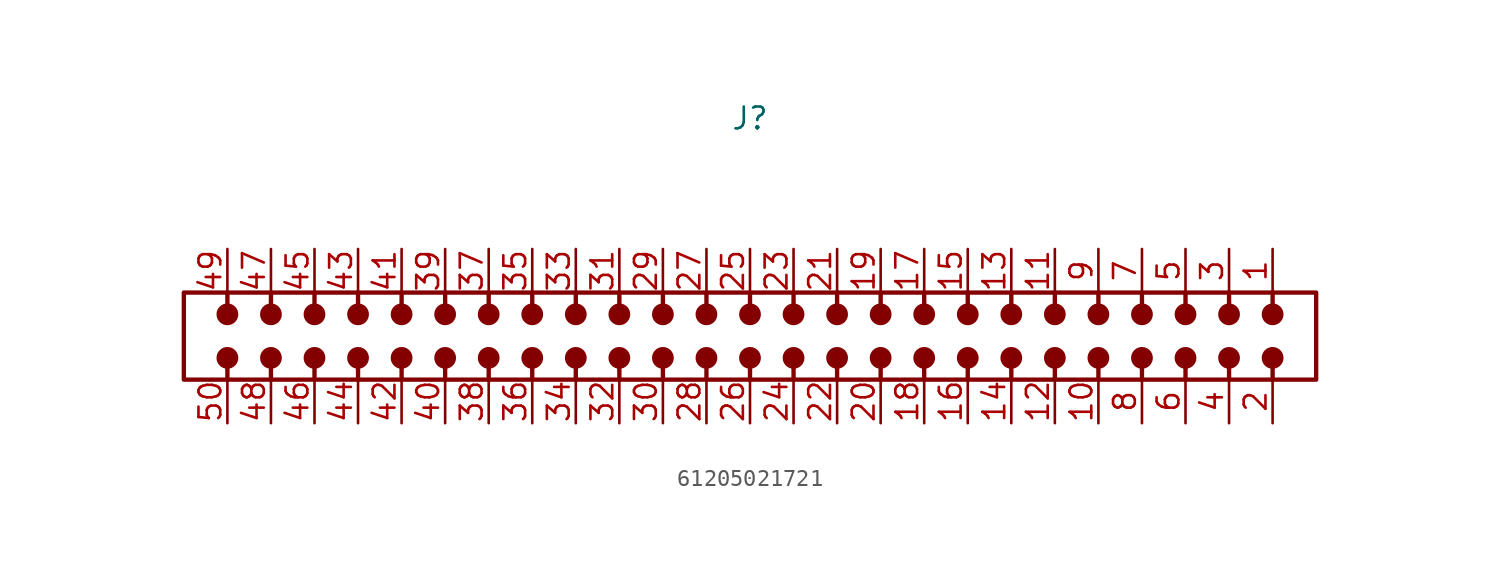
<source format=kicad_sym>
(kicad_symbol_lib
  (version 20241209)
  (generator "kicad_symbol_editor")
  (generator_version "9.0")
  (symbol "61205021721"
    (pin_names
      (hide yes))
    (property "Reference" "J"
      (at 0 12.7 0)
      (effects (font (size 1.27 1.27))))
    (symbol "61205021721_1_1"
      (polyline (pts (xy -30.48 1.778) (xy -30.48 2.54)) (stroke (width 0.254) (type solid)) (fill (type none)))
      (circle (center -30.48 1.27) (radius 0.508) (stroke (width 0.254) (type solid)) (fill (type outline)))
      (circle (center -30.48 -1.27) (radius 0.508) (stroke (width 0.254) (type solid)) (fill (type outline)))
      (polyline (pts (xy -30.48 -1.778) (xy -30.48 -2.54)) (stroke (width 0.254) (type solid)) (fill (type none)))
      (polyline (pts (xy -27.94 1.778) (xy -27.94 2.54)) (stroke (width 0.254) (type solid)) (fill (type none)))
      (circle (center -27.94 1.27) (radius 0.508) (stroke (width 0.254) (type solid)) (fill (type outline)))
      (circle (center -27.94 -1.27) (radius 0.508) (stroke (width 0.254) (type solid)) (fill (type outline)))
      (polyline (pts (xy -27.94 -1.778) (xy -27.94 -2.54)) (stroke (width 0.254) (type solid)) (fill (type none)))
      (polyline (pts (xy -25.4 1.778) (xy -25.4 2.54)) (stroke (width 0.254) (type solid)) (fill (type none)))
      (circle (center -25.4 1.27) (radius 0.508) (stroke (width 0.254) (type solid)) (fill (type outline)))
      (circle (center -25.4 -1.27) (radius 0.508) (stroke (width 0.254) (type solid)) (fill (type outline)))
      (polyline (pts (xy -25.4 -1.778) (xy -25.4 -2.54)) (stroke (width 0.254) (type solid)) (fill (type none)))
      (polyline (pts (xy -22.86 1.778) (xy -22.86 2.54)) (stroke (width 0.254) (type solid)) (fill (type none)))
      (circle (center -22.86 1.27) (radius 0.508) (stroke (width 0.254) (type solid)) (fill (type outline)))
      (circle (center -22.86 -1.27) (radius 0.508) (stroke (width 0.254) (type solid)) (fill (type outline)))
      (polyline (pts (xy -22.86 -1.778) (xy -22.86 -2.54)) (stroke (width 0.254) (type solid)) (fill (type none)))
      (polyline (pts (xy -20.32 1.778) (xy -20.32 2.54)) (stroke (width 0.254) (type solid)) (fill (type none)))
      (circle (center -20.32 1.27) (radius 0.508) (stroke (width 0.254) (type solid)) (fill (type outline)))
      (circle (center -20.32 -1.27) (radius 0.508) (stroke (width 0.254) (type solid)) (fill (type outline)))
      (polyline (pts (xy -20.32 -1.778) (xy -20.32 -2.54)) (stroke (width 0.254) (type solid)) (fill (type none)))
      (polyline (pts (xy -17.78 1.778) (xy -17.78 2.54)) (stroke (width 0.254) (type solid)) (fill (type none)))
      (circle (center -17.78 1.27) (radius 0.508) (stroke (width 0.254) (type solid)) (fill (type outline)))
      (circle (center -17.78 -1.27) (radius 0.508) (stroke (width 0.254) (type solid)) (fill (type outline)))
      (polyline (pts (xy -17.78 -1.778) (xy -17.78 -2.54)) (stroke (width 0.254) (type solid)) (fill (type none)))
      (polyline (pts (xy -15.24 1.778) (xy -15.24 2.54)) (stroke (width 0.254) (type solid)) (fill (type none)))
      (circle (center -15.24 1.27) (radius 0.508) (stroke (width 0.254) (type solid)) (fill (type outline)))
      (circle (center -15.24 -1.27) (radius 0.508) (stroke (width 0.254) (type solid)) (fill (type outline)))
      (polyline (pts (xy -15.24 -1.778) (xy -15.24 -2.54)) (stroke (width 0.254) (type solid)) (fill (type none)))
      (polyline (pts (xy -12.7 1.778) (xy -12.7 2.54)) (stroke (width 0.254) (type solid)) (fill (type none)))
      (circle (center -12.7 1.27) (radius 0.508) (stroke (width 0.254) (type solid)) (fill (type outline)))
      (circle (center -12.7 -1.27) (radius 0.508) (stroke (width 0.254) (type solid)) (fill (type outline)))
      (polyline (pts (xy -12.7 -1.778) (xy -12.7 -2.54)) (stroke (width 0.254) (type solid)) (fill (type none)))
      (polyline (pts (xy -10.16 1.778) (xy -10.16 2.54)) (stroke (width 0.254) (type solid)) (fill (type none)))
      (circle (center -10.16 1.27) (radius 0.508) (stroke (width 0.254) (type solid)) (fill (type outline)))
      (circle (center -10.16 -1.27) (radius 0.508) (stroke (width 0.254) (type solid)) (fill (type outline)))
      (polyline (pts (xy -10.16 -1.778) (xy -10.16 -2.54)) (stroke (width 0.254) (type solid)) (fill (type none)))
      (polyline (pts (xy -7.62 1.778) (xy -7.62 2.54)) (stroke (width 0.254) (type solid)) (fill (type none)))
      (circle (center -7.62 1.27) (radius 0.508) (stroke (width 0.254) (type solid)) (fill (type outline)))
      (circle (center -7.62 -1.27) (radius 0.508) (stroke (width 0.254) (type solid)) (fill (type outline)))
      (polyline (pts (xy -7.62 -1.778) (xy -7.62 -2.54)) (stroke (width 0.254) (type solid)) (fill (type none)))
      (polyline (pts (xy -5.08 1.778) (xy -5.08 2.54)) (stroke (width 0.254) (type solid)) (fill (type none)))
      (circle (center -5.08 1.27) (radius 0.508) (stroke (width 0.254) (type solid)) (fill (type outline)))
      (circle (center -5.08 -1.27) (radius 0.508) (stroke (width 0.254) (type solid)) (fill (type outline)))
      (polyline (pts (xy -5.08 -1.778) (xy -5.08 -2.54)) (stroke (width 0.254) (type solid)) (fill (type none)))
      (polyline (pts (xy -2.54 1.778) (xy -2.54 2.54)) (stroke (width 0.254) (type solid)) (fill (type none)))
      (circle (center -2.54 1.27) (radius 0.508) (stroke (width 0.254) (type solid)) (fill (type outline)))
      (circle (center -2.54 -1.27) (radius 0.508) (stroke (width 0.254) (type solid)) (fill (type outline)))
      (polyline (pts (xy -2.54 -1.778) (xy -2.54 -2.54)) (stroke (width 0.254) (type solid)) (fill (type none)))
      (polyline (pts (xy 0 1.778) (xy 0 2.54)) (stroke (width 0.254) (type solid)) (fill (type none)))
      (circle (center 0 1.27) (radius 0.508) (stroke (width 0.254) (type solid)) (fill (type outline)))
      (circle (center 0 -1.27) (radius 0.508) (stroke (width 0.254) (type solid)) (fill (type outline)))
      (polyline (pts (xy 0 -1.778) (xy 0 -2.54)) (stroke (width 0.254) (type solid)) (fill (type none)))
      (polyline (pts (xy 2.54 1.778) (xy 2.54 2.54)) (stroke (width 0.254) (type solid)) (fill (type none)))
      (circle (center 2.54 1.27) (radius 0.508) (stroke (width 0.254) (type solid)) (fill (type outline)))
      (circle (center 2.54 -1.27) (radius 0.508) (stroke (width 0.254) (type solid)) (fill (type outline)))
      (polyline (pts (xy 2.54 -1.778) (xy 2.54 -2.54)) (stroke (width 0.254) (type solid)) (fill (type none)))
      (polyline (pts (xy 5.08 1.778) (xy 5.08 2.54)) (stroke (width 0.254) (type solid)) (fill (type none)))
      (circle (center 5.08 1.27) (radius 0.508) (stroke (width 0.254) (type solid)) (fill (type outline)))
      (circle (center 5.08 -1.27) (radius 0.508) (stroke (width 0.254) (type solid)) (fill (type outline)))
      (polyline (pts (xy 5.08 -1.778) (xy 5.08 -2.54)) (stroke (width 0.254) (type solid)) (fill (type none)))
      (polyline (pts (xy 7.62 1.778) (xy 7.62 2.54)) (stroke (width 0.254) (type solid)) (fill (type none)))
      (circle (center 7.62 1.27) (radius 0.508) (stroke (width 0.254) (type solid)) (fill (type outline)))
      (circle (center 7.62 -1.27) (radius 0.508) (stroke (width 0.254) (type solid)) (fill (type outline)))
      (polyline (pts (xy 7.62 -1.778) (xy 7.62 -2.54)) (stroke (width 0.254) (type solid)) (fill (type none)))
      (polyline (pts (xy 10.16 1.778) (xy 10.16 2.54)) (stroke (width 0.254) (type solid)) (fill (type none)))
      (circle (center 10.16 1.27) (radius 0.508) (stroke (width 0.254) (type solid)) (fill (type outline)))
      (circle (center 10.16 -1.27) (radius 0.508) (stroke (width 0.254) (type solid)) (fill (type outline)))
      (polyline (pts (xy 10.16 -1.778) (xy 10.16 -2.54)) (stroke (width 0.254) (type solid)) (fill (type none)))
      (polyline (pts (xy 12.7 1.778) (xy 12.7 2.54)) (stroke (width 0.254) (type solid)) (fill (type none)))
      (circle (center 12.7 1.27) (radius 0.508) (stroke (width 0.254) (type solid)) (fill (type outline)))
      (circle (center 12.7 -1.27) (radius 0.508) (stroke (width 0.254) (type solid)) (fill (type outline)))
      (polyline (pts (xy 12.7 -1.778) (xy 12.7 -2.54)) (stroke (width 0.254) (type solid)) (fill (type none)))
      (polyline (pts (xy 15.24 1.778) (xy 15.24 2.54)) (stroke (width 0.254) (type solid)) (fill (type none)))
      (circle (center 15.24 1.27) (radius 0.508) (stroke (width 0.254) (type solid)) (fill (type outline)))
      (circle (center 15.24 -1.27) (radius 0.508) (stroke (width 0.254) (type solid)) (fill (type outline)))
      (polyline (pts (xy 15.24 -1.778) (xy 15.24 -2.54)) (stroke (width 0.254) (type solid)) (fill (type none)))
      (polyline (pts (xy 17.78 1.778) (xy 17.78 2.54)) (stroke (width 0.254) (type solid)) (fill (type none)))
      (circle (center 17.78 1.27) (radius 0.508) (stroke (width 0.254) (type solid)) (fill (type outline)))
      (circle (center 17.78 -1.27) (radius 0.508) (stroke (width 0.254) (type solid)) (fill (type outline)))
      (polyline (pts (xy 17.78 -1.778) (xy 17.78 -2.54)) (stroke (width 0.254) (type solid)) (fill (type none)))
      (polyline (pts (xy 20.32 1.778) (xy 20.32 2.54)) (stroke (width 0.254) (type solid)) (fill (type none)))
      (circle (center 20.32 1.27) (radius 0.508) (stroke (width 0.254) (type solid)) (fill (type outline)))
      (circle (center 20.32 -1.27) (radius 0.508) (stroke (width 0.254) (type solid)) (fill (type outline)))
      (polyline (pts (xy 20.32 -1.778) (xy 20.32 -2.54)) (stroke (width 0.254) (type solid)) (fill (type none)))
      (polyline (pts (xy 22.86 1.778) (xy 22.86 2.54)) (stroke (width 0.254) (type solid)) (fill (type none)))
      (circle (center 22.86 1.27) (radius 0.508) (stroke (width 0.254) (type solid)) (fill (type outline)))
      (circle (center 22.86 -1.27) (radius 0.508) (stroke (width 0.254) (type solid)) (fill (type outline)))
      (polyline (pts (xy 22.86 -1.778) (xy 22.86 -2.54)) (stroke (width 0.254) (type solid)) (fill (type none)))
      (polyline (pts (xy 25.4 1.778) (xy 25.4 2.54)) (stroke (width 0.254) (type solid)) (fill (type none)))
      (circle (center 25.4 1.27) (radius 0.508) (stroke (width 0.254) (type solid)) (fill (type outline)))
      (circle (center 25.4 -1.27) (radius 0.508) (stroke (width 0.254) (type solid)) (fill (type outline)))
      (polyline (pts (xy 25.4 -1.778) (xy 25.4 -2.54)) (stroke (width 0.254) (type solid)) (fill (type none)))
      (polyline (pts (xy 27.94 1.778) (xy 27.94 2.54)) (stroke (width 0.254) (type solid)) (fill (type none)))
      (circle (center 27.94 1.27) (radius 0.508) (stroke (width 0.254) (type solid)) (fill (type outline)))
      (circle (center 27.94 -1.27) (radius 0.508) (stroke (width 0.254) (type solid)) (fill (type outline)))
      (polyline (pts (xy 27.94 -1.778) (xy 27.94 -2.54)) (stroke (width 0.254) (type solid)) (fill (type none)))
      (polyline (pts (xy 30.48 1.778) (xy 30.48 2.54)) (stroke (width 0.254) (type solid)) (fill (type none)))
      (circle (center 30.48 1.27) (radius 0.508) (stroke (width 0.254) (type solid)) (fill (type outline)))
      (circle (center 30.48 -1.27) (radius 0.508) (stroke (width 0.254) (type solid)) (fill (type outline)))
      (polyline (pts (xy 30.48 -1.778) (xy 30.48 -2.54)) (stroke (width 0.254) (type solid)) (fill (type none)))
      (rectangle (start 33.02 -2.54) (end -33.02 2.54) (stroke (width 0.254) (type solid)) (fill (type none)))
      (pin passive line (at -30.48 5.08 270) (length 2.54) (name "49" (effects (font (size 1.27 1.27)))) (number "49" (effects (font (size 1.27 1.27)))))
      (pin passive line (at -30.48 -5.08 90) (length 2.54) (name "50" (effects (font (size 1.27 1.27)))) (number "50" (effects (font (size 1.27 1.27)))))
      (pin passive line (at -27.94 5.08 270) (length 2.54) (name "47" (effects (font (size 1.27 1.27)))) (number "47" (effects (font (size 1.27 1.27)))))
      (pin passive line (at -27.94 -5.08 90) (length 2.54) (name "48" (effects (font (size 1.27 1.27)))) (number "48" (effects (font (size 1.27 1.27)))))
      (pin passive line (at -25.4 5.08 270) (length 2.54) (name "45" (effects (font (size 1.27 1.27)))) (number "45" (effects (font (size 1.27 1.27)))))
      (pin passive line (at -25.4 -5.08 90) (length 2.54) (name "46" (effects (font (size 1.27 1.27)))) (number "46" (effects (font (size 1.27 1.27)))))
      (pin passive line (at -22.86 5.08 270) (length 2.54) (name "43" (effects (font (size 1.27 1.27)))) (number "43" (effects (font (size 1.27 1.27)))))
      (pin passive line (at -22.86 -5.08 90) (length 2.54) (name "44" (effects (font (size 1.27 1.27)))) (number "44" (effects (font (size 1.27 1.27)))))
      (pin passive line (at -20.32 5.08 270) (length 2.54) (name "41" (effects (font (size 1.27 1.27)))) (number "41" (effects (font (size 1.27 1.27)))))
      (pin passive line (at -20.32 -5.08 90) (length 2.54) (name "42" (effects (font (size 1.27 1.27)))) (number "42" (effects (font (size 1.27 1.27)))))
      (pin passive line (at -17.78 5.08 270) (length 2.54) (name "39" (effects (font (size 1.27 1.27)))) (number "39" (effects (font (size 1.27 1.27)))))
      (pin passive line (at -17.78 -5.08 90) (length 2.54) (name "40" (effects (font (size 1.27 1.27)))) (number "40" (effects (font (size 1.27 1.27)))))
      (pin passive line (at -15.24 5.08 270) (length 2.54) (name "37" (effects (font (size 1.27 1.27)))) (number "37" (effects (font (size 1.27 1.27)))))
      (pin passive line (at -15.24 -5.08 90) (length 2.54) (name "38" (effects (font (size 1.27 1.27)))) (number "38" (effects (font (size 1.27 1.27)))))
      (pin passive line (at -12.7 5.08 270) (length 2.54) (name "35" (effects (font (size 1.27 1.27)))) (number "35" (effects (font (size 1.27 1.27)))))
      (pin passive line (at -12.7 -5.08 90) (length 2.54) (name "36" (effects (font (size 1.27 1.27)))) (number "36" (effects (font (size 1.27 1.27)))))
      (pin passive line (at -10.16 5.08 270) (length 2.54) (name "33" (effects (font (size 1.27 1.27)))) (number "33" (effects (font (size 1.27 1.27)))))
      (pin passive line (at -10.16 -5.08 90) (length 2.54) (name "34" (effects (font (size 1.27 1.27)))) (number "34" (effects (font (size 1.27 1.27)))))
      (pin passive line (at -7.62 5.08 270) (length 2.54) (name "31" (effects (font (size 1.27 1.27)))) (number "31" (effects (font (size 1.27 1.27)))))
      (pin passive line (at -7.62 -5.08 90) (length 2.54) (name "32" (effects (font (size 1.27 1.27)))) (number "32" (effects (font (size 1.27 1.27)))))
      (pin passive line (at -5.08 5.08 270) (length 2.54) (name "29" (effects (font (size 1.27 1.27)))) (number "29" (effects (font (size 1.27 1.27)))))
      (pin passive line (at -5.08 -5.08 90) (length 2.54) (name "30" (effects (font (size 1.27 1.27)))) (number "30" (effects (font (size 1.27 1.27)))))
      (pin passive line (at -2.54 5.08 270) (length 2.54) (name "27" (effects (font (size 1.27 1.27)))) (number "27" (effects (font (size 1.27 1.27)))))
      (pin passive line (at -2.54 -5.08 90) (length 2.54) (name "28" (effects (font (size 1.27 1.27)))) (number "28" (effects (font (size 1.27 1.27)))))
      (pin passive line (at 0 5.08 270) (length 2.54) (name "25" (effects (font (size 1.27 1.27)))) (number "25" (effects (font (size 1.27 1.27)))))
      (pin passive line (at 0 -5.08 90) (length 2.54) (name "26" (effects (font (size 1.27 1.27)))) (number "26" (effects (font (size 1.27 1.27)))))
      (pin passive line (at 2.54 5.08 270) (length 2.54) (name "23" (effects (font (size 1.27 1.27)))) (number "23" (effects (font (size 1.27 1.27)))))
      (pin passive line (at 2.54 -5.08 90) (length 2.54) (name "24" (effects (font (size 1.27 1.27)))) (number "24" (effects (font (size 1.27 1.27)))))
      (pin passive line (at 5.08 5.08 270) (length 2.54) (name "21" (effects (font (size 1.27 1.27)))) (number "21" (effects (font (size 1.27 1.27)))))
      (pin passive line (at 5.08 -5.08 90) (length 2.54) (name "22" (effects (font (size 1.27 1.27)))) (number "22" (effects (font (size 1.27 1.27)))))
      (pin passive line (at 7.62 5.08 270) (length 2.54) (name "19" (effects (font (size 1.27 1.27)))) (number "19" (effects (font (size 1.27 1.27)))))
      (pin passive line (at 7.62 -5.08 90) (length 2.54) (name "20" (effects (font (size 1.27 1.27)))) (number "20" (effects (font (size 1.27 1.27)))))
      (pin passive line (at 10.16 5.08 270) (length 2.54) (name "17" (effects (font (size 1.27 1.27)))) (number "17" (effects (font (size 1.27 1.27)))))
      (pin passive line (at 10.16 -5.08 90) (length 2.54) (name "18" (effects (font (size 1.27 1.27)))) (number "18" (effects (font (size 1.27 1.27)))))
      (pin passive line (at 12.7 5.08 270) (length 2.54) (name "15" (effects (font (size 1.27 1.27)))) (number "15" (effects (font (size 1.27 1.27)))))
      (pin passive line (at 12.7 -5.08 90) (length 2.54) (name "16" (effects (font (size 1.27 1.27)))) (number "16" (effects (font (size 1.27 1.27)))))
      (pin passive line (at 15.24 5.08 270) (length 2.54) (name "13" (effects (font (size 1.27 1.27)))) (number "13" (effects (font (size 1.27 1.27)))))
      (pin passive line (at 15.24 -5.08 90) (length 2.54) (name "14" (effects (font (size 1.27 1.27)))) (number "14" (effects (font (size 1.27 1.27)))))
      (pin passive line (at 17.78 5.08 270) (length 2.54) (name "11" (effects (font (size 1.27 1.27)))) (number "11" (effects (font (size 1.27 1.27)))))
      (pin passive line (at 17.78 -5.08 90) (length 2.54) (name "12" (effects (font (size 1.27 1.27)))) (number "12" (effects (font (size 1.27 1.27)))))
      (pin passive line (at 20.32 5.08 270) (length 2.54) (name "9" (effects (font (size 1.27 1.27)))) (number "9" (effects (font (size 1.27 1.27)))))
      (pin passive line (at 20.32 -5.08 90) (length 2.54) (name "10" (effects (font (size 1.27 1.27)))) (number "10" (effects (font (size 1.27 1.27)))))
      (pin passive line (at 22.86 5.08 270) (length 2.54) (name "7" (effects (font (size 1.27 1.27)))) (number "7" (effects (font (size 1.27 1.27)))))
      (pin passive line (at 22.86 -5.08 90) (length 2.54) (name "8" (effects (font (size 1.27 1.27)))) (number "8" (effects (font (size 1.27 1.27)))))
      (pin passive line (at 25.4 5.08 270) (length 2.54) (name "5" (effects (font (size 1.27 1.27)))) (number "5" (effects (font (size 1.27 1.27)))))
      (pin passive line (at 25.4 -5.08 90) (length 2.54) (name "6" (effects (font (size 1.27 1.27)))) (number "6" (effects (font (size 1.27 1.27)))))
      (pin passive line (at 27.94 5.08 270) (length 2.54) (name "3" (effects (font (size 1.27 1.27)))) (number "3" (effects (font (size 1.27 1.27)))))
      (pin passive line (at 27.94 -5.08 90) (length 2.54) (name "4" (effects (font (size 1.27 1.27)))) (number "4" (effects (font (size 1.27 1.27)))))
      (pin passive line (at 30.48 5.08 270) (length 2.54) (name "1" (effects (font (size 1.27 1.27)))) (number "1" (effects (font (size 1.27 1.27)))))
      (pin passive line (at 30.48 -5.08 90) (length 2.54) (name "2" (effects (font (size 1.27 1.27)))) (number "2" (effects (font (size 1.27 1.27))))))))
</source>
